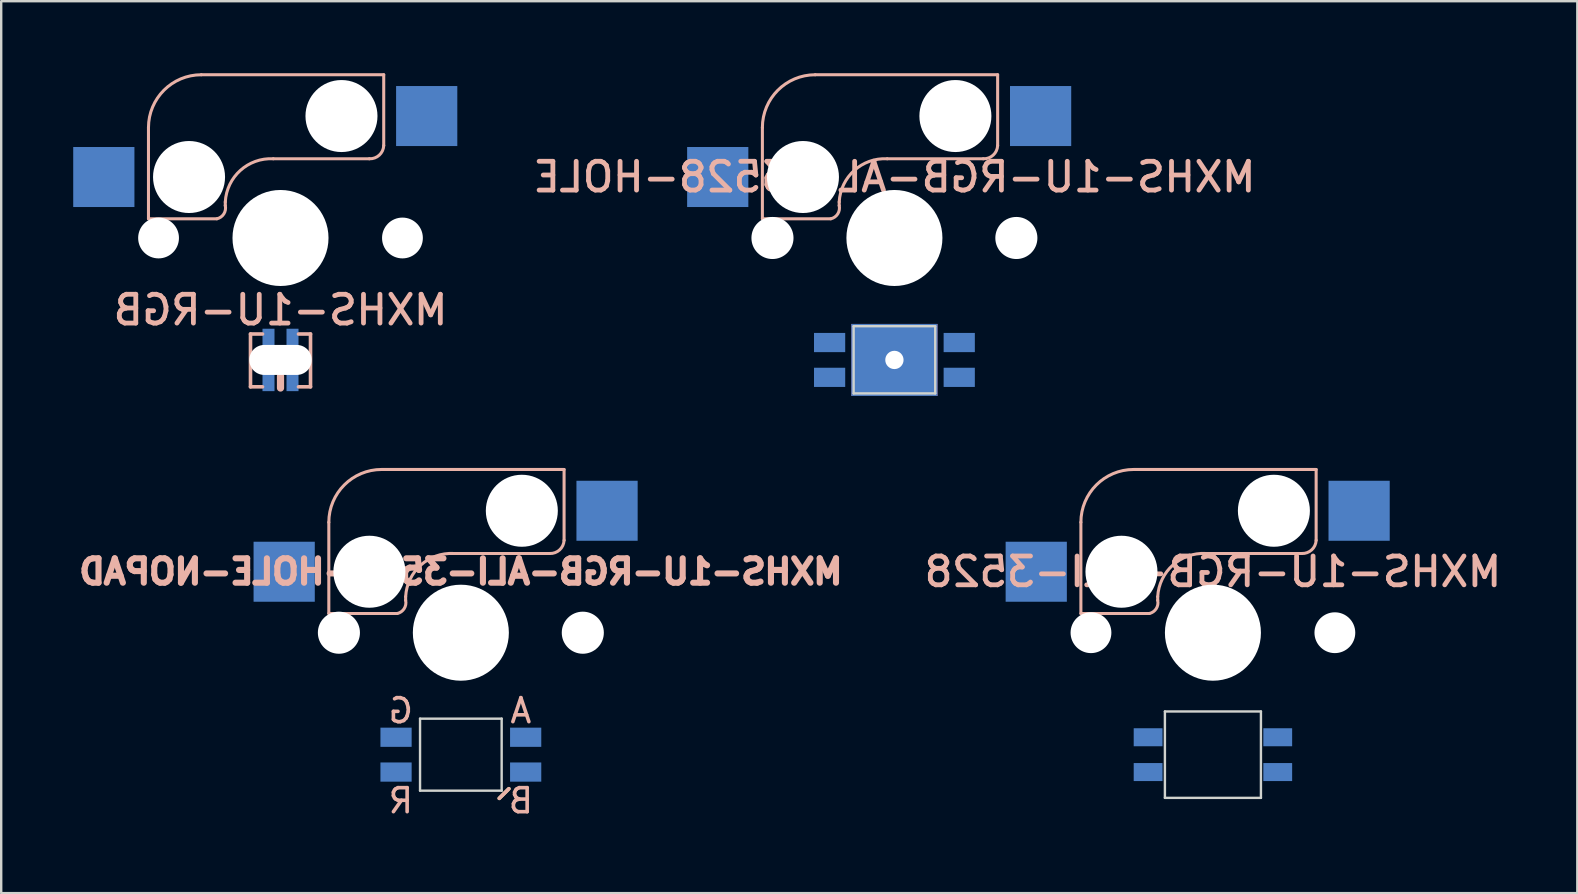
<source format=kicad_pcb>
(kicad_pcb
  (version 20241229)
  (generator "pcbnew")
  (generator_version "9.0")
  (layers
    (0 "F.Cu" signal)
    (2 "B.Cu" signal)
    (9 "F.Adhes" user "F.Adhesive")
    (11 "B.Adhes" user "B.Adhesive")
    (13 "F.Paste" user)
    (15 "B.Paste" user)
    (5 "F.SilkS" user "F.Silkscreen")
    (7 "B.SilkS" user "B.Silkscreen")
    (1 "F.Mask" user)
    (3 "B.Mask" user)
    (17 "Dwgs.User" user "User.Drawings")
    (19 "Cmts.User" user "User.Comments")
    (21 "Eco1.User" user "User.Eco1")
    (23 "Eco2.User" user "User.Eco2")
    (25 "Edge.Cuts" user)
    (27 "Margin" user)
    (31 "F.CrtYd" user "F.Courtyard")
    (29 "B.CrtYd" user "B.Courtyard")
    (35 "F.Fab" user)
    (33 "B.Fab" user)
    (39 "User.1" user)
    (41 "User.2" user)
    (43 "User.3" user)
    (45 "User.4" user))
  (footprint "MXHS-1U-RGB-ALI-3528-HOLE-NOPAD"
    (layer "F.Cu")
    (at 16.148 23.307)
    (property "Reference" "MXHS-1U-RGB-ALI-3528-HOLE-NOPAD" (at 0 -2.54 0) (layer "B.SilkS") (effects (font (size 1.016 1.016) (thickness 0.254)) (justify mirror)))
    (attr through_hole)
    (fp_line (start 2 6.5) (end 1.6 6.9) (stroke (width 0.15) (type solid)) (layer "F.SilkS"))
    (fp_line (start -5.5 -0.8) (end -5.5 -4.6) (stroke (width 0.127) (type solid)) (layer "B.SilkS"))
    (fp_line (start -3.3 -6.8) (end 4.3 -6.8) (stroke (width 0.127) (type solid)) (layer "B.SilkS"))
    (fp_line (start -2.65 -0.8) (end -5.5 -0.8) (stroke (width 0.127) (type solid)) (layer "B.SilkS"))
    (fp_line (start -2.3 -1.5) (end -2.3 -1.35) (stroke (width 0.127) (type solid)) (layer "B.SilkS"))
    (fp_line (start 2 6.5) (end 1.6 6.9) (stroke (width 0.15) (type solid)) (layer "B.SilkS"))
    (fp_line (start 3.7 -3.3) (end -0.3 -3.3) (stroke (width 0.127) (type solid)) (layer "B.SilkS"))
    (fp_line (start 4.3 -6.8) (end 4.3 -3.85) (stroke (width 0.127) (type solid)) (layer "B.SilkS"))
    (fp_arc (start -5.5 -4.6) (mid -4.855635 -6.155635) (end -3.3 -6.8) (stroke (width 0.127) (type solid)) (layer "B.SilkS"))
    (fp_arc (start -2.3 -1.35) (mid -2.361091 -1.002513) (end -2.65 -0.8) (stroke (width 0.127) (type solid)) (layer "B.SilkS"))
    (fp_arc (start -2.299999 -1.499999) (mid -1.672792 -2.814213) (end -0.3 -3.3) (stroke (width 0.127) (type solid)) (layer "B.SilkS"))
    (fp_arc (start 4.3 -3.85) (mid 4.113909 -3.450736) (end 3.7 -3.3) (stroke (width 0.127) (type solid)) (layer "B.SilkS"))
    (fp_line (start -1.7 3.58) (end -1.7 6.58) (stroke (width 0.1) (type solid)) (layer "Edge.Cuts"))
    (fp_line (start -1.7 3.58) (end 1.7 3.58) (stroke (width 0.1) (type solid)) (layer "Edge.Cuts"))
    (fp_line (start -1.7 6.58) (end 1.7 6.58) (stroke (width 0.1) (type solid)) (layer "Edge.Cuts"))
    (fp_line (start 1.7 3.58) (end 1.7 6.58) (stroke (width 0.1) (type solid)) (layer "Edge.Cuts"))
    (fp_text user "B" (at 2.5 7 0) (layer "B.SilkS") (effects (font (size 1 1) (thickness 0.15)) (justify mirror)))
    (fp_text user "G" (at -2.5 3.25 0) (layer "B.SilkS") (effects (font (size 1 1) (thickness 0.15)) (justify mirror)))
    (fp_text user "A" (at 2.5 3.25 0) (layer "B.SilkS") (effects (font (size 1 1) (thickness 0.15)) (justify mirror)))
    (fp_text user "R" (at -2.5 7 0) (layer "B.SilkS") (effects (font (size 1 1) (thickness 0.15)) (justify mirror)))
    (pad "" np_thru_hole circle (at -5.08 0) (size 1.753 1.753) (drill 1.753) (layers "*.Cu"))
    (pad "" np_thru_hole circle (at -3.81 -2.54) (size 3 3) (drill 3) (layers "*.Cu"))
    (pad "" np_thru_hole circle (at 0 0) (size 4 4) (drill 4) (layers "*.Cu"))
    (pad "" np_thru_hole circle (at 2.54 -5.08) (size 3 3) (drill 3) (layers "*.Cu"))
    (pad "" np_thru_hole circle (at 5.08 0) (size 1.753 1.753) (drill 1.753) (layers "*.Cu"))
    (pad "A" smd rect (at 2.7 4.355) (size 1.3 0.8) (layers "B.Cu" "B.Mask" "B.Paste"))
    (pad "B" smd rect (at 2.7 5.805) (size 1.3 0.8) (layers "B.Cu" "B.Mask" "B.Paste"))
    (pad "G" smd rect (at -2.7 4.355) (size 1.3 0.8) (layers "B.Cu" "B.Mask" "B.Paste"))
    (pad "MX1" smd rect (at -7.36 -2.54) (size 2.55 2.5) (layers "B.Cu" "B.Mask" "B.Paste"))
    (pad "MX2" smd rect (at 6.09 -5.08) (size 2.55 2.5) (layers "B.Cu" "B.Mask" "B.Paste"))
    (pad "R" smd rect (at -2.7 5.805) (size 1.3 0.8) (layers "B.Cu" "B.Mask" "B.Paste")))
  (footprint "MXHS-1U-RGB-ALI-3528"
    (layer "F.Cu")
    (at 47.477 23.307)
    (property "Reference" "MXHS-1U-RGB-ALI-3528" (at 0 -2.54 0) (layer "B.SilkS") (effects (font (size 1.2 1.2) (thickness 0.2)) (justify mirror)))
    (attr through_hole)
    (fp_line (start -5.5 -0.8) (end -5.5 -4.6) (stroke (width 0.127) (type solid)) (layer "B.SilkS"))
    (fp_line (start -3.3 -6.8) (end 4.3 -6.8) (stroke (width 0.127) (type solid)) (layer "B.SilkS"))
    (fp_line (start -2.65 -0.8) (end -5.5 -0.8) (stroke (width 0.127) (type solid)) (layer "B.SilkS"))
    (fp_line (start -2.3 -1.5) (end -2.3 -1.35) (stroke (width 0.127) (type solid)) (layer "B.SilkS"))
    (fp_line (start 3.7 -3.3) (end -0.3 -3.3) (stroke (width 0.127) (type solid)) (layer "B.SilkS"))
    (fp_line (start 4.3 -6.8) (end 4.3 -3.85) (stroke (width 0.127) (type solid)) (layer "B.SilkS"))
    (fp_arc (start -5.5 -4.6) (mid -4.855635 -6.155635) (end -3.3 -6.8) (stroke (width 0.127) (type solid)) (layer "B.SilkS"))
    (fp_arc (start -2.3 -1.35) (mid -2.361091 -1.002513) (end -2.65 -0.8) (stroke (width 0.127) (type solid)) (layer "B.SilkS"))
    (fp_arc (start -2.299999 -1.499999) (mid -1.672792 -2.814213) (end -0.3 -3.3) (stroke (width 0.127) (type solid)) (layer "B.SilkS"))
    (fp_arc (start 4.3 -3.85) (mid 4.113909 -3.450736) (end 3.7 -3.3) (stroke (width 0.127) (type solid)) (layer "B.SilkS"))
    (fp_line (start -2 3.28) (end -2 6.88) (stroke (width 0.1) (type solid)) (layer "Edge.Cuts"))
    (fp_line (start -2 3.28) (end 2 3.28) (stroke (width 0.1) (type solid)) (layer "Edge.Cuts"))
    (fp_line (start -2 6.88) (end 2 6.88) (stroke (width 0.1) (type solid)) (layer "Edge.Cuts"))
    (fp_line (start 2 3.28) (end 2 6.88) (stroke (width 0.1) (type solid)) (layer "Edge.Cuts"))
    (pad "" np_thru_hole circle (at -5.08 0) (size 1.7 1.7) (drill 1.7) (layers "*.Cu"))
    (pad "" np_thru_hole circle (at -3.81 -2.54) (size 3 3) (drill 3) (layers "*.Cu"))
    (pad "" np_thru_hole circle (at 0 0) (size 4 4) (drill 4) (layers "*.Cu"))
    (pad "" np_thru_hole circle (at 2.54 -5.08) (size 3 3) (drill 3) (layers "*.Cu"))
    (pad "" np_thru_hole circle (at 5.08 0) (size 1.7 1.7) (drill 1.7) (layers "*.Cu"))
    (pad "A" smd rect (at 2.7 4.355) (size 1.2 0.75) (layers "B.Cu" "B.Mask" "B.Paste"))
    (pad "B" smd rect (at 2.7 5.805) (size 1.2 0.75) (layers "B.Cu" "B.Mask" "B.Paste"))
    (pad "G" smd rect (at -2.7 4.355) (size 1.2 0.75) (layers "B.Cu" "B.Mask" "B.Paste"))
    (pad "MX1" smd rect (at -7.36 -2.54) (size 2.55 2.5) (layers "B.Cu" "B.Mask" "B.Paste"))
    (pad "MX2" smd rect (at 6.09 -5.08) (size 2.55 2.5) (layers "B.Cu" "B.Mask" "B.Paste"))
    (pad "R" smd rect (at -2.7 5.805) (size 1.2 0.75) (layers "B.Cu" "B.Mask" "B.Paste")))
  (footprint "MXHS-1U-RGB"
    (layer "F.Cu")
    (at 8.635 6.864)
    (property "Reference" "MXHS-1U-RGB" (at 0 3 0) (layer "B.SilkS") (effects (font (size 1.2 1.2) (thickness 0.2)) (justify mirror)))
    (attr through_hole)
    (fp_line (start -5.5 -0.8) (end -5.5 -4.6) (stroke (width 0.127) (type solid)) (layer "B.SilkS"))
    (fp_line (start -3.3 -6.8) (end 4.3 -6.8) (stroke (width 0.127) (type solid)) (layer "B.SilkS"))
    (fp_line (start -2.65 -0.8) (end -5.5 -0.8) (stroke (width 0.127) (type solid)) (layer "B.SilkS"))
    (fp_line (start -2.3 -1.5) (end -2.3 -1.35) (stroke (width 0.127) (type solid)) (layer "B.SilkS"))
    (fp_line (start -1.25 4) (end -1.25 6.2) (stroke (width 0.15) (type solid)) (layer "B.SilkS"))
    (fp_line (start -1.25 4) (end -0.75 4) (stroke (width 0.15) (type solid)) (layer "B.SilkS"))
    (fp_line (start -1.25 6.2) (end -0.75 6.2) (stroke (width 0.15) (type solid)) (layer "B.SilkS"))
    (fp_line (start 0 5.75) (end 0 6.25) (stroke (width 0.3) (type solid)) (layer "B.SilkS"))
    (fp_line (start 0.75 4) (end 1.25 4) (stroke (width 0.15) (type solid)) (layer "B.SilkS"))
    (fp_line (start 1.25 6.2) (end 0.75 6.2) (stroke (width 0.15) (type solid)) (layer "B.SilkS"))
    (fp_line (start 1.25 6.2) (end 1.25 4) (stroke (width 0.15) (type solid)) (layer "B.SilkS"))
    (fp_line (start 3.7 -3.3) (end -0.3 -3.3) (stroke (width 0.127) (type solid)) (layer "B.SilkS"))
    (fp_line (start 4.3 -6.8) (end 4.3 -3.85) (stroke (width 0.127) (type solid)) (layer "B.SilkS"))
    (fp_arc (start -5.5 -4.6) (mid -4.855635 -6.155635) (end -3.3 -6.8) (stroke (width 0.127) (type solid)) (layer "B.SilkS"))
    (fp_arc (start -2.3 -1.35) (mid -2.361091 -1.002513) (end -2.65 -0.8) (stroke (width 0.127) (type solid)) (layer "B.SilkS"))
    (fp_arc (start -2.299999 -1.499999) (mid -1.672792 -2.814213) (end -0.3 -3.3) (stroke (width 0.127) (type solid)) (layer "B.SilkS"))
    (fp_arc (start 4.3 -3.85) (mid 4.113909 -3.450736) (end 3.7 -3.3) (stroke (width 0.127) (type solid)) (layer "B.SilkS"))
    (pad "" np_thru_hole circle (at -5.08 0) (size 1.7 1.7) (drill 1.7) (layers "*.Cu"))
    (pad "" np_thru_hole circle (at -3.81 -2.54) (size 3 3) (drill 3) (layers "*.Cu"))
    (pad "" np_thru_hole circle (at 0 0) (size 4 4) (drill 4) (layers "*.Cu"))
    (pad "" np_thru_hole oval (at 0 5.08) (size 2.6 1.25) (drill oval 2.6 1.25) (layers "*.Cu" "*.Mask"))
    (pad "" np_thru_hole circle (at 2.54 -5.08) (size 3 3) (drill 3) (layers "*.Cu"))
    (pad "" np_thru_hole circle (at 5.08 0) (size 1.7 1.7) (drill 1.7) (layers "*.Cu"))
    (pad "A" smd rect (at -0.5 4.205) (size 0.5 0.85) (layers "B.Cu" "B.Mask" "B.Paste"))
    (pad "B" smd rect (at 0.5 4.205) (size 0.5 0.85) (layers "B.Cu" "B.Mask" "B.Paste"))
    (pad "G" smd rect (at 0.5 5.955) (size 0.5 0.85) (layers "B.Cu" "B.Mask" "B.Paste"))
    (pad "MX1" smd rect (at -7.36 -2.54) (size 2.55 2.5) (layers "B.Cu" "B.Mask" "B.Paste"))
    (pad "MX2" smd rect (at 6.09 -5.08) (size 2.55 2.5) (layers "B.Cu" "B.Mask" "B.Paste"))
    (pad "R" smd rect (at -0.5 5.955) (size 0.5 0.85) (layers "B.Cu" "B.Mask" "B.Paste")))
  (footprint "MXHS-1U-RGB-ALI-3528-HOLE"
    (layer "F.Cu")
    (at 34.209 6.864)
    (property "Reference" "MXHS-1U-RGB-ALI-3528-HOLE" (at 0 -2.54 0) (layer "B.SilkS") (effects (font (size 1.2 1.2) (thickness 0.2)) (justify mirror)))
    (attr through_hole)
    (fp_line (start -5.5 -0.8) (end -5.5 -4.6) (stroke (width 0.127) (type solid)) (layer "B.SilkS"))
    (fp_line (start -3.3 -6.8) (end 4.3 -6.8) (stroke (width 0.127) (type solid)) (layer "B.SilkS"))
    (fp_line (start -2.65 -0.8) (end -5.5 -0.8) (stroke (width 0.127) (type solid)) (layer "B.SilkS"))
    (fp_line (start -2.3 -1.5) (end -2.3 -1.35) (stroke (width 0.127) (type solid)) (layer "B.SilkS"))
    (fp_line (start 3.7 -3.3) (end -0.3 -3.3) (stroke (width 0.127) (type solid)) (layer "B.SilkS"))
    (fp_line (start 4.3 -6.8) (end 4.3 -3.85) (stroke (width 0.127) (type solid)) (layer "B.SilkS"))
    (fp_arc (start -5.5 -4.6) (mid -4.855635 -6.155635) (end -3.3 -6.8) (stroke (width 0.127) (type solid)) (layer "B.SilkS"))
    (fp_arc (start -2.3 -1.35) (mid -2.361091 -1.002513) (end -2.65 -0.8) (stroke (width 0.127) (type solid)) (layer "B.SilkS"))
    (fp_arc (start -2.299999 -1.499999) (mid -1.672792 -2.814213) (end -0.3 -3.3) (stroke (width 0.127) (type solid)) (layer "B.SilkS"))
    (fp_arc (start 4.3 -3.85) (mid 4.113909 -3.450736) (end 3.7 -3.3) (stroke (width 0.127) (type solid)) (layer "B.SilkS"))
    (fp_line (start -1.7 3.675) (end -1.7 6.475) (stroke (width 0.1) (type solid)) (layer "Edge.Cuts"))
    (fp_line (start -1.7 3.675) (end 1.7 3.675) (stroke (width 0.1) (type solid)) (layer "Edge.Cuts"))
    (fp_line (start -1.7 6.475) (end 1.7 6.475) (stroke (width 0.1) (type solid)) (layer "Edge.Cuts"))
    (fp_line (start 1.7 3.675) (end 1.7 6.475) (stroke (width 0.1) (type solid)) (layer "Edge.Cuts"))
    (pad "" np_thru_hole circle (at -5.08 0) (size 1.753 1.753) (drill 1.753) (layers "*.Cu"))
    (pad "" np_thru_hole circle (at -3.81 -2.54) (size 3 3) (drill 3) (layers "*.Cu"))
    (pad "" np_thru_hole circle (at 0 0) (size 4 4) (drill 4) (layers "*.Cu"))
    (pad "" np_thru_hole rect (at 0 5.08) (size 3.6 3) (drill 0.762) (layers "*.Cu" "*.Mask"))
    (pad "" np_thru_hole circle (at 2.54 -5.08) (size 3 3) (drill 3) (layers "*.Cu"))
    (pad "" np_thru_hole circle (at 5.08 0) (size 1.753 1.753) (drill 1.753) (layers "*.Cu"))
    (pad "A" smd rect (at 2.7 4.355) (size 1.3 0.8) (layers "B.Cu" "B.Mask" "B.Paste"))
    (pad "B" smd rect (at 2.7 5.805) (size 1.3 0.8) (layers "B.Cu" "B.Mask" "B.Paste"))
    (pad "G" smd rect (at -2.7 4.355) (size 1.3 0.8) (layers "B.Cu" "B.Mask" "B.Paste"))
    (pad "MX1" smd rect (at -7.36 -2.54) (size 2.55 2.5) (layers "B.Cu" "B.Mask" "B.Paste"))
    (pad "MX2" smd rect (at 6.09 -5.08) (size 2.55 2.5) (layers "B.Cu" "B.Mask" "B.Paste"))
    (pad "R" smd rect (at -2.7 5.805) (size 1.3 0.8) (layers "B.Cu" "B.Mask" "B.Paste")))
  (gr_rect
    (start -3 -3)
    (end 62.657 34.155)
    (stroke (width 0.1) (type default))
    (fill no)
    (layer "Edge.Cuts")))
</source>
